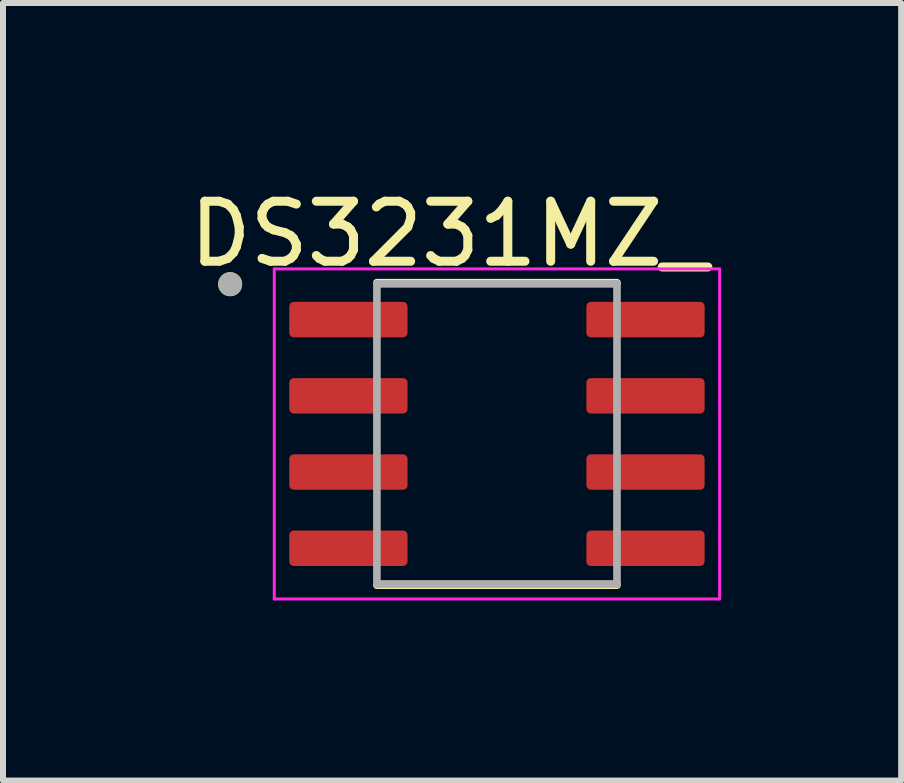
<source format=kicad_pcb>
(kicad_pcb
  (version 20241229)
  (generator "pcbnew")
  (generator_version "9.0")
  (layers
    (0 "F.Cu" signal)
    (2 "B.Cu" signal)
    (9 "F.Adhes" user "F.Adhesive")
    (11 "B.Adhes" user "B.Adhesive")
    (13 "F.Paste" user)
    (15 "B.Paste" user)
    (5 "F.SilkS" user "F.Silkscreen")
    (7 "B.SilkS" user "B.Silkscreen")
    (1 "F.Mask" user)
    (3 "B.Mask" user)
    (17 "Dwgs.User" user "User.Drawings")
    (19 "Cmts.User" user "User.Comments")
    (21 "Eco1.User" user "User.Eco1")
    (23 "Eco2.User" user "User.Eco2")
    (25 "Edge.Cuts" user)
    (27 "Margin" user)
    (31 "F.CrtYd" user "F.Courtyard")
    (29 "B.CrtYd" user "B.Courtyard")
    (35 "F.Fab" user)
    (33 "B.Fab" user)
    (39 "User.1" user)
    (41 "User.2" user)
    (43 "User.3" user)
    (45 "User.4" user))
  (footprint "DS3231MZ_"
    (layer "F.Cu")
    (at 5.23 4.18)
    (property "Reference" "DS3231MZ_" (at -0.795 -3.332 0) (layer "F.SilkS") (effects (font (size 1 1) (thickness 0.15))))
    (attr smd)
    (fp_line (start -2 -2.52) (end 2 -2.52) (stroke (width 0.127) (type solid)) (layer "F.SilkS"))
    (fp_line (start -2 2.52) (end 2 2.52) (stroke (width 0.127) (type solid)) (layer "F.SilkS"))
    (fp_circle (center -4.445 -2.495) (end -4.345 -2.495) (stroke (width 0.2) (type solid)) (fill no) (layer "F.SilkS"))
    (fp_line (start -3.71 -2.75) (end -3.71 2.75) (stroke (width 0.05) (type solid)) (layer "F.CrtYd"))
    (fp_line (start -3.71 -2.75) (end 3.71 -2.75) (stroke (width 0.05) (type solid)) (layer "F.CrtYd"))
    (fp_line (start -3.71 2.75) (end 3.71 2.75) (stroke (width 0.05) (type solid)) (layer "F.CrtYd"))
    (fp_line (start 3.71 -2.75) (end 3.71 2.75) (stroke (width 0.05) (type solid)) (layer "F.CrtYd"))
    (fp_line (start -2 -2.5) (end -2 2.5) (stroke (width 0.127) (type solid)) (layer "F.Fab"))
    (fp_line (start -2 -2.5) (end 2 -2.5) (stroke (width 0.127) (type solid)) (layer "F.Fab"))
    (fp_line (start -2 2.5) (end 2 2.5) (stroke (width 0.127) (type solid)) (layer "F.Fab"))
    (fp_line (start 2 -2.5) (end 2 2.5) (stroke (width 0.127) (type solid)) (layer "F.Fab"))
    (fp_circle (center -4.445 -2.495) (end -4.345 -2.495) (stroke (width 0.2) (type solid)) (fill no) (layer "F.Fab"))
    (pad "1" smd roundrect (at -2.475 -1.905) (size 1.97 0.59) (layers "F.Cu" "F.Mask" "F.Paste") (roundrect_rratio 0.125))
    (pad "2" smd roundrect (at -2.475 -0.635) (size 1.97 0.59) (layers "F.Cu" "F.Mask" "F.Paste") (roundrect_rratio 0.125))
    (pad "3" smd roundrect (at -2.475 0.635) (size 1.97 0.59) (layers "F.Cu" "F.Mask" "F.Paste") (roundrect_rratio 0.125))
    (pad "4" smd roundrect (at -2.475 1.905) (size 1.97 0.59) (layers "F.Cu" "F.Mask" "F.Paste") (roundrect_rratio 0.125))
    (pad "5" smd roundrect (at 2.475 1.905) (size 1.97 0.59) (layers "F.Cu" "F.Mask" "F.Paste") (roundrect_rratio 0.125))
    (pad "6" smd roundrect (at 2.475 0.635) (size 1.97 0.59) (layers "F.Cu" "F.Mask" "F.Paste") (roundrect_rratio 0.125))
    (pad "7" smd roundrect (at 2.475 -0.635) (size 1.97 0.59) (layers "F.Cu" "F.Mask" "F.Paste") (roundrect_rratio 0.125))
    (pad "8" smd roundrect (at 2.475 -1.905) (size 1.97 0.59) (layers "F.Cu" "F.Mask" "F.Paste") (roundrect_rratio 0.125)))
  (gr_rect
    (start -3 -3)
    (end 11.965 9.955)
    (stroke (width 0.1) (type default))
    (fill no)
    (layer "Edge.Cuts")))
</source>
